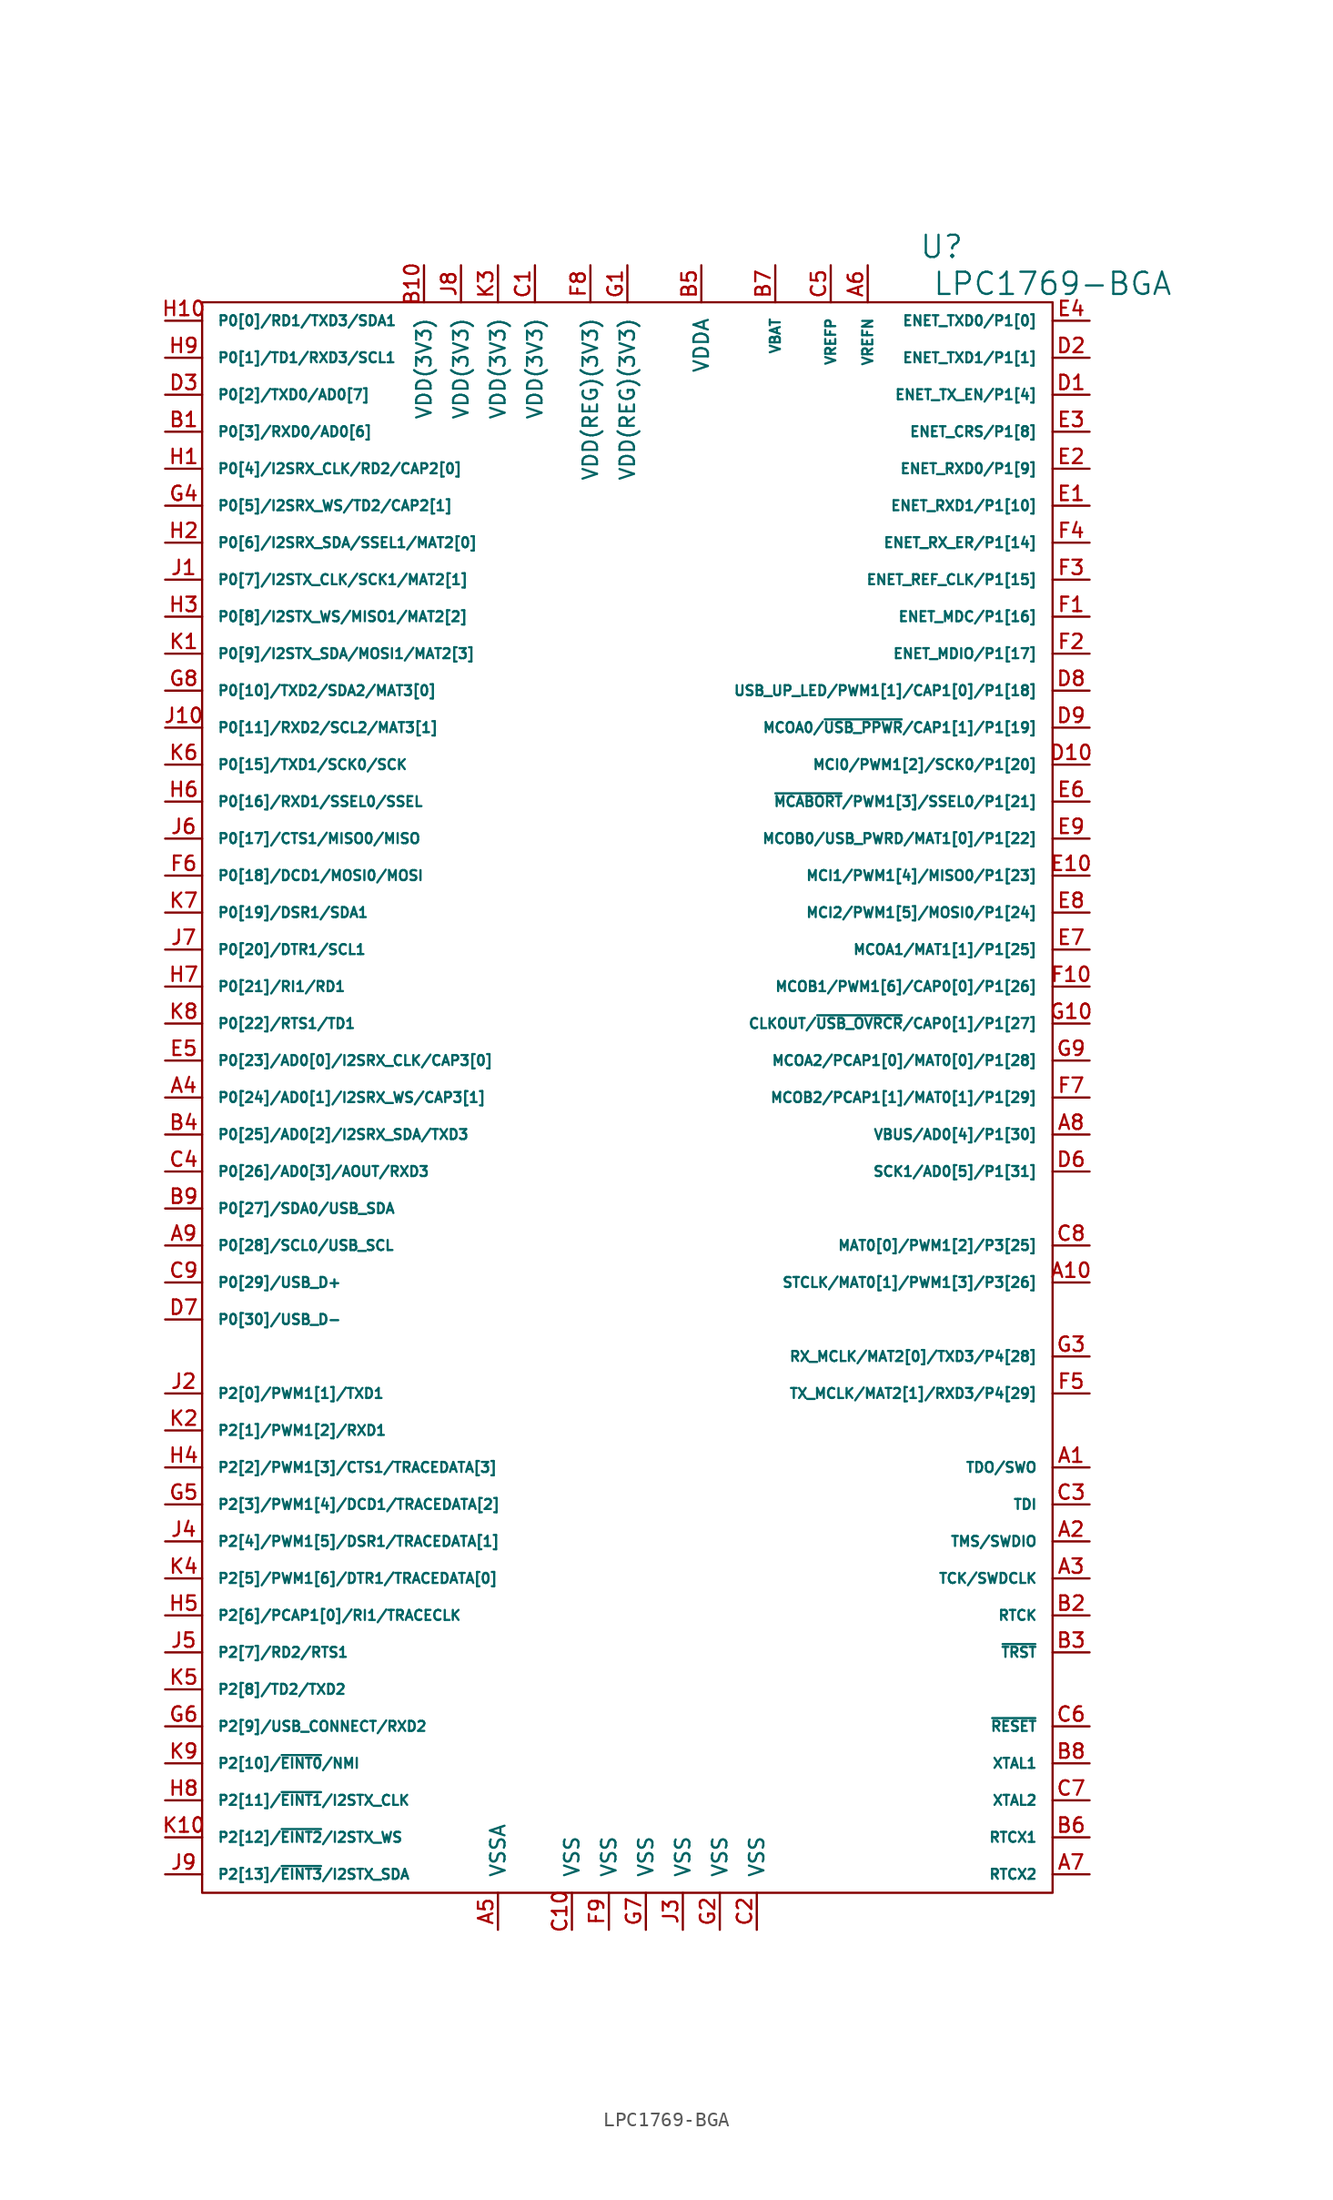
<source format=kicad_sym>
(kicad_symbol_lib
  (version 20220914)
  (generator kicad_symbol_editor)
  (symbol "LPC1769-BGA"
    (pin_names
      (offset 1.016))
    (property "Reference" "U"
      (at 21.59 58.42 0)
      (effects (font (size 1.524 1.524))))
    (property "Value" "LPC1769-BGA"
      (at 29.21 55.88 0)
      (effects (font (size 1.524 1.524))))
    (property "Footprint" ""
      (at 0 0 0)
      (effects (font (size 1.524 1.524))))
    (property "Datasheet" ""
      (at 0 0 0)
      (effects (font (size 1.524 1.524))))
    (symbol "LPC1769-BGA_0_1"
      (rectangle (start 29.21 -54.61) (end -29.21 54.61) (stroke (width 0) (type solid)) (fill (type none))))
    (symbol "LPC1769-BGA_1_1"
      (pin passive line (at 31.75 -25.4 180) (length 2.54) (name "TDO/SWO" (effects (font (size 0.686 0.686)))) (number "A1" (effects (font (size 0.991 0.991)))))
      (pin passive line (at 31.75 -12.7 180) (length 2.54) (name "STCLK/MAT0[1]/PWM1[3]/P3[26]" (effects (font (size 0.686 0.686)))) (number "A10" (effects (font (size 0.991 0.991)))))
      (pin passive line (at 31.75 -30.48 180) (length 2.54) (name "TMS/SWDIO" (effects (font (size 0.686 0.686)))) (number "A2" (effects (font (size 0.991 0.991)))))
      (pin passive line (at 31.75 -33.02 180) (length 2.54) (name "TCK/SWDCLK" (effects (font (size 0.686 0.686)))) (number "A3" (effects (font (size 0.991 0.991)))))
      (pin passive line (at -31.75 0 0) (length 2.54) (name "P0[24]/AD0[1]/I2SRX_WS/CAP3[1]" (effects (font (size 0.686 0.686)))) (number "A4" (effects (font (size 0.991 0.991)))))
      (pin passive line (at -8.89 -57.15 90) (length 2.54) (name "VSSA" (effects (font (size 0.991 0.991)))) (number "A5" (effects (font (size 0.991 0.991)))))
      (pin passive line (at 16.51 57.15 270) (length 2.54) (name "VREFN" (effects (font (size 0.686 0.686)))) (number "A6" (effects (font (size 0.991 0.991)))))
      (pin passive line (at 31.75 -53.34 180) (length 2.54) (name "RTCX2" (effects (font (size 0.686 0.686)))) (number "A7" (effects (font (size 0.991 0.991)))))
      (pin passive line (at 31.75 -2.54 180) (length 2.54) (name "VBUS/AD0[4]/P1[30]" (effects (font (size 0.686 0.686)))) (number "A8" (effects (font (size 0.991 0.991)))))
      (pin passive line (at -31.75 -10.16 0) (length 2.54) (name "P0[28]/SCL0/USB_SCL" (effects (font (size 0.686 0.686)))) (number "A9" (effects (font (size 0.991 0.991)))))
      (pin passive line (at -31.75 45.72 0) (length 2.54) (name "P0[3]/RXD0/AD0[6]" (effects (font (size 0.686 0.686)))) (number "B1" (effects (font (size 0.991 0.991)))))
      (pin passive line (at -13.97 57.15 270) (length 2.54) (name "VDD(3V3)" (effects (font (size 0.991 0.991)))) (number "B10" (effects (font (size 0.991 0.991)))))
      (pin passive line (at 31.75 -35.56 180) (length 2.54) (name "RTCK" (effects (font (size 0.686 0.686)))) (number "B2" (effects (font (size 0.991 0.991)))))
      (pin passive line (at 31.75 -38.1 180) (length 2.54) (name "~{TRST}" (effects (font (size 0.686 0.686)))) (number "B3" (effects (font (size 0.991 0.991)))))
      (pin passive line (at -31.75 -2.54 0) (length 2.54) (name "P0[25]/AD0[2]/I2SRX_SDA/TXD3" (effects (font (size 0.686 0.686)))) (number "B4" (effects (font (size 0.991 0.991)))))
      (pin passive line (at 5.08 57.15 270) (length 2.54) (name "VDDA" (effects (font (size 0.991 0.991)))) (number "B5" (effects (font (size 0.991 0.991)))))
      (pin passive line (at 31.75 -50.8 180) (length 2.54) (name "RTCX1" (effects (font (size 0.686 0.686)))) (number "B6" (effects (font (size 0.991 0.991)))))
      (pin passive line (at 10.16 57.15 270) (length 2.54) (name "VBAT" (effects (font (size 0.686 0.686)))) (number "B7" (effects (font (size 0.991 0.991)))))
      (pin passive line (at 31.75 -45.72 180) (length 2.54) (name "XTAL1" (effects (font (size 0.686 0.686)))) (number "B8" (effects (font (size 0.991 0.991)))))
      (pin passive line (at -31.75 -7.62 0) (length 2.54) (name "P0[27]/SDA0/USB_SDA" (effects (font (size 0.686 0.686)))) (number "B9" (effects (font (size 0.991 0.991)))))
      (pin passive line (at -6.35 57.15 270) (length 2.54) (name "VDD(3V3)" (effects (font (size 0.991 0.991)))) (number "C1" (effects (font (size 0.991 0.991)))))
      (pin passive line (at -3.81 -57.15 90) (length 2.54) (name "VSS" (effects (font (size 0.991 0.991)))) (number "C10" (effects (font (size 0.991 0.991)))))
      (pin passive line (at 8.89 -57.15 90) (length 2.54) (name "VSS" (effects (font (size 0.991 0.991)))) (number "C2" (effects (font (size 0.991 0.991)))))
      (pin passive line (at 31.75 -27.94 180) (length 2.54) (name "TDI" (effects (font (size 0.686 0.686)))) (number "C3" (effects (font (size 0.991 0.991)))))
      (pin passive line (at -31.75 -5.08 0) (length 2.54) (name "P0[26]/AD0[3]/AOUT/RXD3" (effects (font (size 0.686 0.686)))) (number "C4" (effects (font (size 0.991 0.991)))))
      (pin passive line (at 13.97 57.15 270) (length 2.54) (name "VREFP" (effects (font (size 0.686 0.686)))) (number "C5" (effects (font (size 0.991 0.991)))))
      (pin passive line (at 31.75 -43.18 180) (length 2.54) (name "~{RESET}" (effects (font (size 0.686 0.686)))) (number "C6" (effects (font (size 0.991 0.991)))))
      (pin passive line (at 31.75 -48.26 180) (length 2.54) (name "XTAL2" (effects (font (size 0.686 0.686)))) (number "C7" (effects (font (size 0.991 0.991)))))
      (pin passive line (at 31.75 -10.16 180) (length 2.54) (name "MAT0[0]/PWM1[2]/P3[25]" (effects (font (size 0.686 0.686)))) (number "C8" (effects (font (size 0.991 0.991)))))
      (pin passive line (at -31.75 -12.7 0) (length 2.54) (name "P0[29]/USB_D+" (effects (font (size 0.686 0.686)))) (number "C9" (effects (font (size 0.991 0.991)))))
      (pin passive line (at 31.75 48.26 180) (length 2.54) (name "ENET_TX_EN/P1[4]" (effects (font (size 0.686 0.686)))) (number "D1" (effects (font (size 0.991 0.991)))))
      (pin passive line (at 31.75 22.86 180) (length 2.54) (name "MCI0/PWM1[2]/SCK0/P1[20]" (effects (font (size 0.686 0.686)))) (number "D10" (effects (font (size 0.991 0.991)))))
      (pin passive line (at 31.75 50.8 180) (length 2.54) (name "ENET_TXD1/P1[1]" (effects (font (size 0.686 0.686)))) (number "D2" (effects (font (size 0.991 0.991)))))
      (pin passive line (at -31.75 48.26 0) (length 2.54) (name "P0[2]/TXD0/AD0[7]" (effects (font (size 0.686 0.686)))) (number "D3" (effects (font (size 0.991 0.991)))))
      (pin passive line (at 31.75 -5.08 180) (length 2.54) (name "SCK1/AD0[5]/P1[31]" (effects (font (size 0.686 0.686)))) (number "D6" (effects (font (size 0.991 0.991)))))
      (pin passive line (at -31.75 -15.24 0) (length 2.54) (name "P0[30]/USB_D-" (effects (font (size 0.686 0.686)))) (number "D7" (effects (font (size 0.991 0.991)))))
      (pin passive line (at 31.75 27.94 180) (length 2.54) (name "USB_UP_LED/PWM1[1]/CAP1[0]/P1[18]" (effects (font (size 0.686 0.686)))) (number "D8" (effects (font (size 0.991 0.991)))))
      (pin passive line (at 31.75 25.4 180) (length 2.54) (name "MCOA0/~{USB_PPWR}/CAP1[1]/P1[19]" (effects (font (size 0.686 0.686)))) (number "D9" (effects (font (size 0.991 0.991)))))
      (pin passive line (at 31.75 40.64 180) (length 2.54) (name "ENET_RXD1/P1[10]" (effects (font (size 0.686 0.686)))) (number "E1" (effects (font (size 0.991 0.991)))))
      (pin passive line (at 31.75 15.24 180) (length 2.54) (name "MCI1/PWM1[4]/MISO0/P1[23]" (effects (font (size 0.686 0.686)))) (number "E10" (effects (font (size 0.991 0.991)))))
      (pin passive line (at 31.75 43.18 180) (length 2.54) (name "ENET_RXD0/P1[9]" (effects (font (size 0.686 0.686)))) (number "E2" (effects (font (size 0.991 0.991)))))
      (pin passive line (at 31.75 45.72 180) (length 2.54) (name "ENET_CRS/P1[8]" (effects (font (size 0.686 0.686)))) (number "E3" (effects (font (size 0.991 0.991)))))
      (pin passive line (at 31.75 53.34 180) (length 2.54) (name "ENET_TXD0/P1[0]" (effects (font (size 0.686 0.686)))) (number "E4" (effects (font (size 0.991 0.991)))))
      (pin passive line (at -31.75 2.54 0) (length 2.54) (name "P0[23]/AD0[0]/I2SRX_CLK/CAP3[0]" (effects (font (size 0.686 0.686)))) (number "E5" (effects (font (size 0.991 0.991)))))
      (pin passive line (at 31.75 20.32 180) (length 2.54) (name "~{MCABORT}/PWM1[3]/SSEL0/P1[21]" (effects (font (size 0.686 0.686)))) (number "E6" (effects (font (size 0.991 0.991)))))
      (pin passive line (at 31.75 10.16 180) (length 2.54) (name "MCOA1/MAT1[1]/P1[25]" (effects (font (size 0.686 0.686)))) (number "E7" (effects (font (size 0.991 0.991)))))
      (pin passive line (at 31.75 12.7 180) (length 2.54) (name "MCI2/PWM1[5]/MOSI0/P1[24]" (effects (font (size 0.686 0.686)))) (number "E8" (effects (font (size 0.991 0.991)))))
      (pin passive line (at 31.75 17.78 180) (length 2.54) (name "MCOB0/USB_PWRD/MAT1[0]/P1[22]" (effects (font (size 0.686 0.686)))) (number "E9" (effects (font (size 0.991 0.991)))))
      (pin passive line (at 31.75 33.02 180) (length 2.54) (name "ENET_MDC/P1[16]" (effects (font (size 0.686 0.686)))) (number "F1" (effects (font (size 0.991 0.991)))))
      (pin passive line (at 31.75 7.62 180) (length 2.54) (name "MCOB1/PWM1[6]/CAP0[0]/P1[26]" (effects (font (size 0.686 0.686)))) (number "F10" (effects (font (size 0.991 0.991)))))
      (pin passive line (at 31.75 30.48 180) (length 2.54) (name "ENET_MDIO/P1[17]" (effects (font (size 0.686 0.686)))) (number "F2" (effects (font (size 0.991 0.991)))))
      (pin passive line (at 31.75 35.56 180) (length 2.54) (name "ENET_REF_CLK/P1[15]" (effects (font (size 0.686 0.686)))) (number "F3" (effects (font (size 0.991 0.991)))))
      (pin passive line (at 31.75 38.1 180) (length 2.54) (name "ENET_RX_ER/P1[14]" (effects (font (size 0.686 0.686)))) (number "F4" (effects (font (size 0.991 0.991)))))
      (pin passive line (at 31.75 -20.32 180) (length 2.54) (name "TX_MCLK/MAT2[1]/RXD3/P4[29]" (effects (font (size 0.686 0.686)))) (number "F5" (effects (font (size 0.991 0.991)))))
      (pin passive line (at -31.75 15.24 0) (length 2.54) (name "P0[18]/DCD1/MOSI0/MOSI" (effects (font (size 0.686 0.686)))) (number "F6" (effects (font (size 0.991 0.991)))))
      (pin passive line (at 31.75 0 180) (length 2.54) (name "MCOB2/PCAP1[1]/MAT0[1]/P1[29]" (effects (font (size 0.686 0.686)))) (number "F7" (effects (font (size 0.991 0.991)))))
      (pin passive line (at -2.54 57.15 270) (length 2.54) (name "VDD(REG)(3V3)" (effects (font (size 0.991 0.991)))) (number "F8" (effects (font (size 0.991 0.991)))))
      (pin passive line (at -1.27 -57.15 90) (length 2.54) (name "VSS" (effects (font (size 0.991 0.991)))) (number "F9" (effects (font (size 0.991 0.991)))))
      (pin passive line (at 0 57.15 270) (length 2.54) (name "VDD(REG)(3V3)" (effects (font (size 0.991 0.991)))) (number "G1" (effects (font (size 0.991 0.991)))))
      (pin passive line (at 31.75 5.08 180) (length 2.54) (name "CLKOUT/~{USB_OVRCR}/CAP0[1]/P1[27]" (effects (font (size 0.686 0.686)))) (number "G10" (effects (font (size 0.991 0.991)))))
      (pin passive line (at 6.35 -57.15 90) (length 2.54) (name "VSS" (effects (font (size 0.991 0.991)))) (number "G2" (effects (font (size 0.991 0.991)))))
      (pin passive line (at 31.75 -17.78 180) (length 2.54) (name "RX_MCLK/MAT2[0]/TXD3/P4[28]" (effects (font (size 0.686 0.686)))) (number "G3" (effects (font (size 0.991 0.991)))))
      (pin passive line (at -31.75 40.64 0) (length 2.54) (name "P0[5]/I2SRX_WS/TD2/CAP2[1]" (effects (font (size 0.686 0.686)))) (number "G4" (effects (font (size 0.991 0.991)))))
      (pin passive line (at -31.75 -27.94 0) (length 2.54) (name "P2[3]/PWM1[4]/DCD1/TRACEDATA[2]" (effects (font (size 0.686 0.686)))) (number "G5" (effects (font (size 0.991 0.991)))))
      (pin passive line (at -31.75 -43.18 0) (length 2.54) (name "P2[9]/USB_CONNECT/RXD2" (effects (font (size 0.686 0.686)))) (number "G6" (effects (font (size 0.991 0.991)))))
      (pin passive line (at 1.27 -57.15 90) (length 2.54) (name "VSS" (effects (font (size 0.991 0.991)))) (number "G7" (effects (font (size 0.991 0.991)))))
      (pin passive line (at -31.75 27.94 0) (length 2.54) (name "P0[10]/TXD2/SDA2/MAT3[0]" (effects (font (size 0.686 0.686)))) (number "G8" (effects (font (size 0.991 0.991)))))
      (pin passive line (at 31.75 2.54 180) (length 2.54) (name "MCOA2/PCAP1[0]/MAT0[0]/P1[28]" (effects (font (size 0.686 0.686)))) (number "G9" (effects (font (size 0.991 0.991)))))
      (pin passive line (at -31.75 43.18 0) (length 2.54) (name "P0[4]/I2SRX_CLK/RD2/CAP2[0]" (effects (font (size 0.686 0.686)))) (number "H1" (effects (font (size 0.991 0.991)))))
      (pin passive line (at -31.75 53.34 0) (length 2.54) (name "P0[0]/RD1/TXD3/SDA1" (effects (font (size 0.686 0.686)))) (number "H10" (effects (font (size 0.991 0.991)))))
      (pin passive line (at -31.75 38.1 0) (length 2.54) (name "P0[6]/I2SRX_SDA/SSEL1/MAT2[0]" (effects (font (size 0.686 0.686)))) (number "H2" (effects (font (size 0.991 0.991)))))
      (pin passive line (at -31.75 33.02 0) (length 2.54) (name "P0[8]/I2STX_WS/MISO1/MAT2[2]" (effects (font (size 0.686 0.686)))) (number "H3" (effects (font (size 0.991 0.991)))))
      (pin passive line (at -31.75 -25.4 0) (length 2.54) (name "P2[2]/PWM1[3]/CTS1/TRACEDATA[3]" (effects (font (size 0.686 0.686)))) (number "H4" (effects (font (size 0.991 0.991)))))
      (pin passive line (at -31.75 -35.56 0) (length 2.54) (name "P2[6]/PCAP1[0]/RI1/TRACECLK" (effects (font (size 0.686 0.686)))) (number "H5" (effects (font (size 0.991 0.991)))))
      (pin passive line (at -31.75 20.32 0) (length 2.54) (name "P0[16]/RXD1/SSEL0/SSEL" (effects (font (size 0.686 0.686)))) (number "H6" (effects (font (size 0.991 0.991)))))
      (pin passive line (at -31.75 7.62 0) (length 2.54) (name "P0[21]/RI1/RD1" (effects (font (size 0.686 0.686)))) (number "H7" (effects (font (size 0.991 0.991)))))
      (pin passive line (at -31.75 -48.26 0) (length 2.54) (name "P2[11]/~{EINT1}/I2STX_CLK" (effects (font (size 0.686 0.686)))) (number "H8" (effects (font (size 0.991 0.991)))))
      (pin passive line (at -31.75 50.8 0) (length 2.54) (name "P0[1]/TD1/RXD3/SCL1" (effects (font (size 0.686 0.686)))) (number "H9" (effects (font (size 0.991 0.991)))))
      (pin passive line (at -31.75 35.56 0) (length 2.54) (name "P0[7]/I2STX_CLK/SCK1/MAT2[1]" (effects (font (size 0.686 0.686)))) (number "J1" (effects (font (size 0.991 0.991)))))
      (pin passive line (at -31.75 25.4 0) (length 2.54) (name "P0[11]/RXD2/SCL2/MAT3[1]" (effects (font (size 0.686 0.686)))) (number "J10" (effects (font (size 0.991 0.991)))))
      (pin passive line (at -31.75 -20.32 0) (length 2.54) (name "P2[0]/PWM1[1]/TXD1" (effects (font (size 0.686 0.686)))) (number "J2" (effects (font (size 0.991 0.991)))))
      (pin passive line (at 3.81 -57.15 90) (length 2.54) (name "VSS" (effects (font (size 0.991 0.991)))) (number "J3" (effects (font (size 0.991 0.991)))))
      (pin passive line (at -31.75 -30.48 0) (length 2.54) (name "P2[4]/PWM1[5]/DSR1/TRACEDATA[1]" (effects (font (size 0.686 0.686)))) (number "J4" (effects (font (size 0.991 0.991)))))
      (pin passive line (at -31.75 -38.1 0) (length 2.54) (name "P2[7]/RD2/RTS1" (effects (font (size 0.686 0.686)))) (number "J5" (effects (font (size 0.991 0.991)))))
      (pin passive line (at -31.75 17.78 0) (length 2.54) (name "P0[17]/CTS1/MISO0/MISO" (effects (font (size 0.686 0.686)))) (number "J6" (effects (font (size 0.991 0.991)))))
      (pin passive line (at -31.75 10.16 0) (length 2.54) (name "P0[20]/DTR1/SCL1" (effects (font (size 0.686 0.686)))) (number "J7" (effects (font (size 0.991 0.991)))))
      (pin passive line (at -11.43 57.15 270) (length 2.54) (name "VDD(3V3)" (effects (font (size 0.991 0.991)))) (number "J8" (effects (font (size 0.991 0.991)))))
      (pin passive line (at -31.75 -53.34 0) (length 2.54) (name "P2[13]/~{EINT3}/I2STX_SDA" (effects (font (size 0.686 0.686)))) (number "J9" (effects (font (size 0.991 0.991)))))
      (pin passive line (at -31.75 30.48 0) (length 2.54) (name "P0[9]/I2STX_SDA/MOSI1/MAT2[3]" (effects (font (size 0.686 0.686)))) (number "K1" (effects (font (size 0.991 0.991)))))
      (pin passive line (at -31.75 -50.8 0) (length 2.54) (name "P2[12]/~{EINT2}/I2STX_WS" (effects (font (size 0.686 0.686)))) (number "K10" (effects (font (size 0.991 0.991)))))
      (pin passive line (at -31.75 -22.86 0) (length 2.54) (name "P2[1]/PWM1[2]/RXD1" (effects (font (size 0.686 0.686)))) (number "K2" (effects (font (size 0.991 0.991)))))
      (pin passive line (at -8.89 57.15 270) (length 2.54) (name "VDD(3V3)" (effects (font (size 0.991 0.991)))) (number "K3" (effects (font (size 0.991 0.991)))))
      (pin passive line (at -31.75 -33.02 0) (length 2.54) (name "P2[5]/PWM1[6]/DTR1/TRACEDATA[0]" (effects (font (size 0.686 0.686)))) (number "K4" (effects (font (size 0.991 0.991)))))
      (pin passive line (at -31.75 -40.64 0) (length 2.54) (name "P2[8]/TD2/TXD2" (effects (font (size 0.686 0.686)))) (number "K5" (effects (font (size 0.991 0.991)))))
      (pin passive line (at -31.75 22.86 0) (length 2.54) (name "P0[15]/TXD1/SCK0/SCK" (effects (font (size 0.686 0.686)))) (number "K6" (effects (font (size 0.991 0.991)))))
      (pin passive line (at -31.75 12.7 0) (length 2.54) (name "P0[19]/DSR1/SDA1" (effects (font (size 0.686 0.686)))) (number "K7" (effects (font (size 0.991 0.991)))))
      (pin passive line (at -31.75 5.08 0) (length 2.54) (name "P0[22]/RTS1/TD1" (effects (font (size 0.686 0.686)))) (number "K8" (effects (font (size 0.991 0.991)))))
      (pin passive line (at -31.75 -45.72 0) (length 2.54) (name "P2[10]/~{EINT0}/NMI" (effects (font (size 0.686 0.686)))) (number "K9" (effects (font (size 0.991 0.991))))))))
</source>
